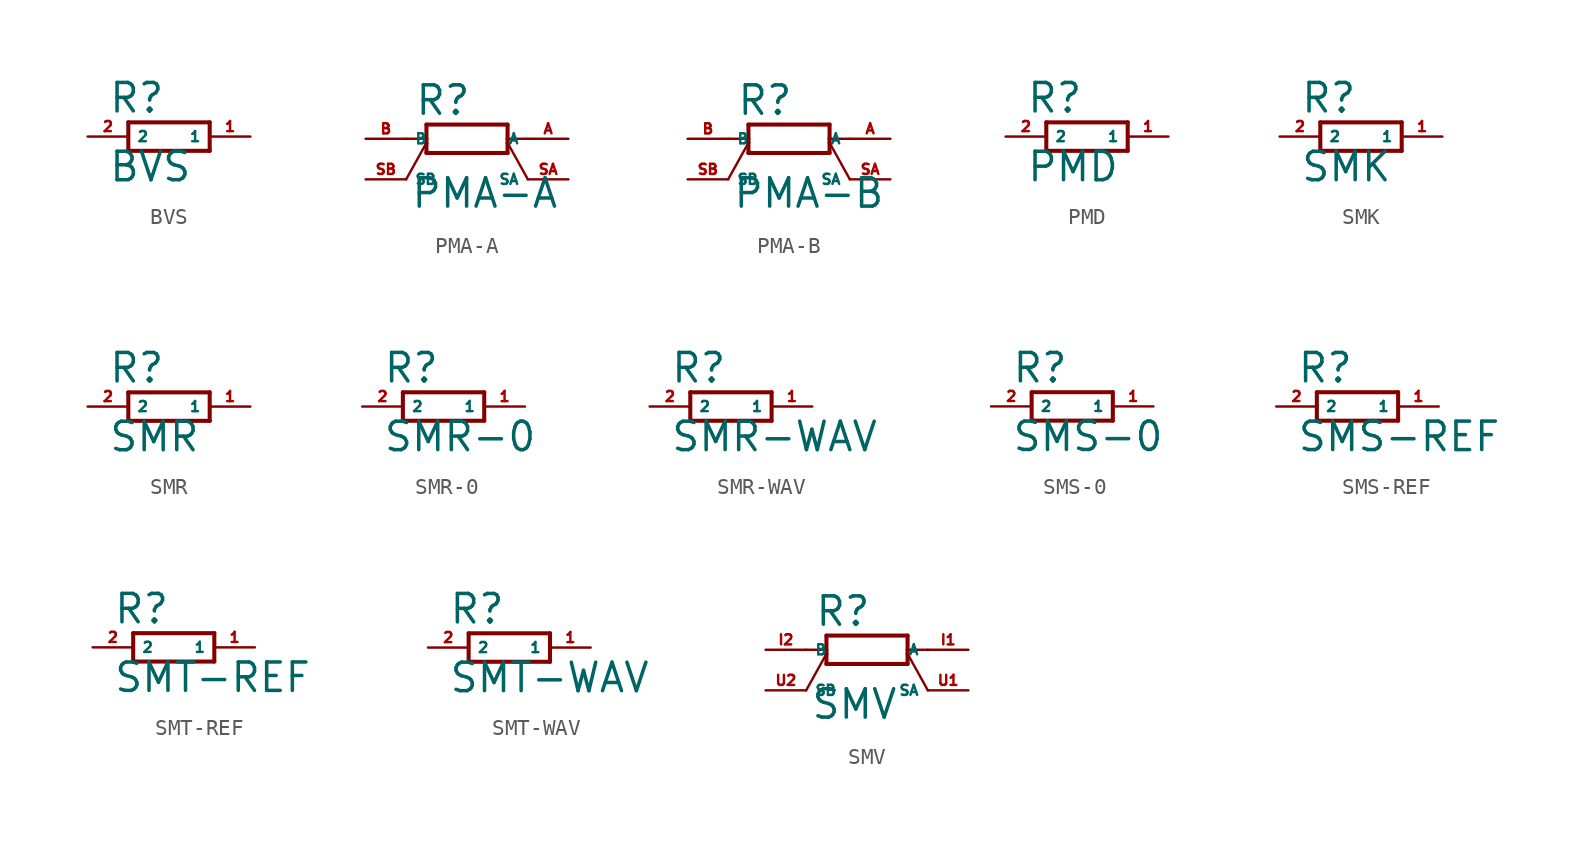
<source format=kicad_sym>
(kicad_symbol_lib
  (version 20220914)
  (generator Eagle2Kicad)
  (symbol "BVS"
    (property "Reference" "R"
      (at -3.81 1.372 0)
      (effects (font (size 1.778 1.778) (thickness 0.22)) (justify left bottom)))
    (property "Value" "BVS"
      (at -3.81 -2.921 0)
      (effects (font (size 1.778 1.778) (thickness 0.22)) (justify left bottom)))
    (polyline
      (pts (xy 2.54 0.889) (xy -2.54 0.889))
      (stroke (width 0.254) (type default))
      (fill (type none)))
    (polyline
      (pts (xy -2.54 -0.889) (xy 2.54 -0.889))
      (stroke (width 0.254) (type default))
      (fill (type none)))
    (polyline
      (pts (xy -2.54 0.889) (xy -2.54 -0.889))
      (stroke (width 0.254) (type default))
      (fill (type none)))
    (polyline
      (pts (xy 2.54 0.889) (xy 2.54 -0.889))
      (stroke (width 0.254) (type default))
      (fill (type none)))
    (pin passive line
      (at -5.08 0 0)
      (length 2.54)
      (name "2" (effects (font (size 0.635 0.635) (thickness 0.08)) (justify left bottom)))
      (number "2" (effects (font (size 0.635 0.635) (thickness 0.08)) (justify left bottom))))
    (pin passive line
      (at 5.08 0 180)
      (length 2.54)
      (name "1" (effects (font (size 0.635 0.635) (thickness 0.08)) (justify left bottom)))
      (number "1" (effects (font (size 0.635 0.635) (thickness 0.08)) (justify left bottom)))))
  (symbol "PMA-A"
    (property "Reference" "R"
      (at -4.572 1.372 0)
      (effects (font (size 1.778 1.778) (thickness 0.22)) (justify left bottom)))
    (property "Value" "PMA-A"
      (at -4.826 -4.445 0)
      (effects (font (size 1.778 1.778) (thickness 0.22)) (justify left bottom)))
    (polyline
      (pts (xy -3.81 -0.889) (xy 1.27 -0.889))
      (stroke (width 0.254) (type default))
      (fill (type none)))
    (polyline
      (pts (xy 1.27 0.889) (xy -3.81 0.889))
      (stroke (width 0.254) (type default))
      (fill (type none)))
    (polyline
      (pts (xy 1.27 -0.889) (xy 1.27 -0.254))
      (stroke (width 0.254) (type default))
      (fill (type none)))
    (polyline
      (pts (xy 1.27 -0.254) (xy 1.27 0))
      (stroke (width 0.254) (type default))
      (fill (type none)))
    (polyline
      (pts (xy 1.27 0) (xy 1.27 0.889))
      (stroke (width 0.254) (type default))
      (fill (type none)))
    (polyline
      (pts (xy -3.81 -0.889) (xy -3.81 -0.254))
      (stroke (width 0.254) (type default))
      (fill (type none)))
    (polyline
      (pts (xy -3.81 -0.254) (xy -3.81 0))
      (stroke (width 0.254) (type default))
      (fill (type none)))
    (polyline
      (pts (xy -3.81 0) (xy -3.81 0.889))
      (stroke (width 0.254) (type default))
      (fill (type none)))
    (polyline
      (pts (xy -5.08 0) (xy -3.81 0))
      (stroke (width 0.152) (type default))
      (fill (type none)))
    (polyline
      (pts (xy 2.54 0) (xy 1.27 0))
      (stroke (width 0.152) (type default))
      (fill (type none)))
    (polyline
      (pts (xy -5.08 -2.54) (xy -3.81 -0.254))
      (stroke (width 0.152) (type default))
      (fill (type none)))
    (polyline
      (pts (xy 2.54 -2.54) (xy 1.27 -0.254))
      (stroke (width 0.152) (type default))
      (fill (type none)))
    (pin passive line
      (at -7.62 -2.54 0)
      (length 2.54)
      (name "SB" (effects (font (size 0.635 0.635) (thickness 0.08)) (justify left bottom)))
      (number "SB" (effects (font (size 0.635 0.635) (thickness 0.08)) (justify left bottom))))
    (pin passive line
      (at 5.08 -2.54 180)
      (length 2.54)
      (name "SA" (effects (font (size 0.635 0.635) (thickness 0.08)) (justify left bottom)))
      (number "SA" (effects (font (size 0.635 0.635) (thickness 0.08)) (justify left bottom))))
    (pin passive line
      (at -7.62 0 0)
      (length 2.54)
      (name "B" (effects (font (size 0.635 0.635) (thickness 0.08)) (justify left bottom)))
      (number "B" (effects (font (size 0.635 0.635) (thickness 0.08)) (justify left bottom))))
    (pin passive line
      (at 5.08 0 180)
      (length 2.54)
      (name "A" (effects (font (size 0.635 0.635) (thickness 0.08)) (justify left bottom)))
      (number "A" (effects (font (size 0.635 0.635) (thickness 0.08)) (justify left bottom)))))
  (symbol "PMA-B"
    (property "Reference" "R"
      (at -4.572 1.372 0)
      (effects (font (size 1.778 1.778) (thickness 0.22)) (justify left bottom)))
    (property "Value" "PMA-B"
      (at -4.826 -4.445 0)
      (effects (font (size 1.778 1.778) (thickness 0.22)) (justify left bottom)))
    (polyline
      (pts (xy -3.81 -0.889) (xy 1.27 -0.889))
      (stroke (width 0.254) (type default))
      (fill (type none)))
    (polyline
      (pts (xy 1.27 0.889) (xy -3.81 0.889))
      (stroke (width 0.254) (type default))
      (fill (type none)))
    (polyline
      (pts (xy 1.27 -0.889) (xy 1.27 -0.254))
      (stroke (width 0.254) (type default))
      (fill (type none)))
    (polyline
      (pts (xy 1.27 -0.254) (xy 1.27 0))
      (stroke (width 0.254) (type default))
      (fill (type none)))
    (polyline
      (pts (xy 1.27 0) (xy 1.27 0.889))
      (stroke (width 0.254) (type default))
      (fill (type none)))
    (polyline
      (pts (xy -3.81 -0.889) (xy -3.81 -0.254))
      (stroke (width 0.254) (type default))
      (fill (type none)))
    (polyline
      (pts (xy -3.81 -0.254) (xy -3.81 0))
      (stroke (width 0.254) (type default))
      (fill (type none)))
    (polyline
      (pts (xy -3.81 0) (xy -3.81 0.889))
      (stroke (width 0.254) (type default))
      (fill (type none)))
    (polyline
      (pts (xy -5.08 0) (xy -3.81 0))
      (stroke (width 0.152) (type default))
      (fill (type none)))
    (polyline
      (pts (xy 2.54 0) (xy 1.27 0))
      (stroke (width 0.152) (type default))
      (fill (type none)))
    (polyline
      (pts (xy -5.08 -2.54) (xy -3.81 -0.254))
      (stroke (width 0.152) (type default))
      (fill (type none)))
    (polyline
      (pts (xy 2.54 -2.54) (xy 1.27 -0.254))
      (stroke (width 0.152) (type default))
      (fill (type none)))
    (pin passive line
      (at -7.62 -2.54 0)
      (length 2.54)
      (name "SB" (effects (font (size 0.635 0.635) (thickness 0.08)) (justify left bottom)))
      (number "SB" (effects (font (size 0.635 0.635) (thickness 0.08)) (justify left bottom))))
    (pin passive line
      (at 5.08 -2.54 180)
      (length 2.54)
      (name "SA" (effects (font (size 0.635 0.635) (thickness 0.08)) (justify left bottom)))
      (number "SA" (effects (font (size 0.635 0.635) (thickness 0.08)) (justify left bottom))))
    (pin passive line
      (at -7.62 0 0)
      (length 2.54)
      (name "B" (effects (font (size 0.635 0.635) (thickness 0.08)) (justify left bottom)))
      (number "B" (effects (font (size 0.635 0.635) (thickness 0.08)) (justify left bottom))))
    (pin passive line
      (at 5.08 0 180)
      (length 2.54)
      (name "A" (effects (font (size 0.635 0.635) (thickness 0.08)) (justify left bottom)))
      (number "A" (effects (font (size 0.635 0.635) (thickness 0.08)) (justify left bottom)))))
  (symbol "PMD"
    (property "Reference" "R"
      (at -3.81 1.372 0)
      (effects (font (size 1.778 1.778) (thickness 0.22)) (justify left bottom)))
    (property "Value" "PMD"
      (at -3.81 -2.921 0)
      (effects (font (size 1.778 1.778) (thickness 0.22)) (justify left bottom)))
    (polyline
      (pts (xy 2.54 0.889) (xy -2.54 0.889))
      (stroke (width 0.254) (type default))
      (fill (type none)))
    (polyline
      (pts (xy -2.54 -0.889) (xy 2.54 -0.889))
      (stroke (width 0.254) (type default))
      (fill (type none)))
    (polyline
      (pts (xy -2.54 0.889) (xy -2.54 -0.889))
      (stroke (width 0.254) (type default))
      (fill (type none)))
    (polyline
      (pts (xy 2.54 0.889) (xy 2.54 -0.889))
      (stroke (width 0.254) (type default))
      (fill (type none)))
    (pin passive line
      (at -5.08 0 0)
      (length 2.54)
      (name "2" (effects (font (size 0.635 0.635) (thickness 0.08)) (justify left bottom)))
      (number "2" (effects (font (size 0.635 0.635) (thickness 0.08)) (justify left bottom))))
    (pin passive line
      (at 5.08 0 180)
      (length 2.54)
      (name "1" (effects (font (size 0.635 0.635) (thickness 0.08)) (justify left bottom)))
      (number "1" (effects (font (size 0.635 0.635) (thickness 0.08)) (justify left bottom)))))
  (symbol "SMK"
    (property "Reference" "R"
      (at -3.81 1.372 0)
      (effects (font (size 1.778 1.778) (thickness 0.22)) (justify left bottom)))
    (property "Value" "SMK"
      (at -3.81 -2.921 0)
      (effects (font (size 1.778 1.778) (thickness 0.22)) (justify left bottom)))
    (polyline
      (pts (xy 2.54 0.889) (xy -2.54 0.889))
      (stroke (width 0.254) (type default))
      (fill (type none)))
    (polyline
      (pts (xy -2.54 -0.889) (xy 2.54 -0.889))
      (stroke (width 0.254) (type default))
      (fill (type none)))
    (polyline
      (pts (xy -2.54 0.889) (xy -2.54 -0.889))
      (stroke (width 0.254) (type default))
      (fill (type none)))
    (polyline
      (pts (xy 2.54 0.889) (xy 2.54 -0.889))
      (stroke (width 0.254) (type default))
      (fill (type none)))
    (pin passive line
      (at -5.08 0 0)
      (length 2.54)
      (name "2" (effects (font (size 0.635 0.635) (thickness 0.08)) (justify left bottom)))
      (number "2" (effects (font (size 0.635 0.635) (thickness 0.08)) (justify left bottom))))
    (pin passive line
      (at 5.08 0 180)
      (length 2.54)
      (name "1" (effects (font (size 0.635 0.635) (thickness 0.08)) (justify left bottom)))
      (number "1" (effects (font (size 0.635 0.635) (thickness 0.08)) (justify left bottom)))))
  (symbol "SMR"
    (property "Reference" "R"
      (at -3.81 1.372 0)
      (effects (font (size 1.778 1.778) (thickness 0.22)) (justify left bottom)))
    (property "Value" "SMR"
      (at -3.81 -2.921 0)
      (effects (font (size 1.778 1.778) (thickness 0.22)) (justify left bottom)))
    (polyline
      (pts (xy 2.54 0.889) (xy -2.54 0.889))
      (stroke (width 0.254) (type default))
      (fill (type none)))
    (polyline
      (pts (xy -2.54 -0.889) (xy 2.54 -0.889))
      (stroke (width 0.254) (type default))
      (fill (type none)))
    (polyline
      (pts (xy -2.54 0.889) (xy -2.54 -0.889))
      (stroke (width 0.254) (type default))
      (fill (type none)))
    (polyline
      (pts (xy 2.54 0.889) (xy 2.54 -0.889))
      (stroke (width 0.254) (type default))
      (fill (type none)))
    (pin passive line
      (at -5.08 0 0)
      (length 2.54)
      (name "2" (effects (font (size 0.635 0.635) (thickness 0.08)) (justify left bottom)))
      (number "2" (effects (font (size 0.635 0.635) (thickness 0.08)) (justify left bottom))))
    (pin passive line
      (at 5.08 0 180)
      (length 2.54)
      (name "1" (effects (font (size 0.635 0.635) (thickness 0.08)) (justify left bottom)))
      (number "1" (effects (font (size 0.635 0.635) (thickness 0.08)) (justify left bottom)))))
  (symbol "SMR-0"
    (property "Reference" "R"
      (at -3.81 1.372 0)
      (effects (font (size 1.778 1.778) (thickness 0.22)) (justify left bottom)))
    (property "Value" "SMR-0"
      (at -3.81 -2.921 0)
      (effects (font (size 1.778 1.778) (thickness 0.22)) (justify left bottom)))
    (polyline
      (pts (xy 2.54 0.889) (xy -2.54 0.889))
      (stroke (width 0.254) (type default))
      (fill (type none)))
    (polyline
      (pts (xy -2.54 -0.889) (xy 2.54 -0.889))
      (stroke (width 0.254) (type default))
      (fill (type none)))
    (polyline
      (pts (xy -2.54 0.889) (xy -2.54 -0.889))
      (stroke (width 0.254) (type default))
      (fill (type none)))
    (polyline
      (pts (xy 2.54 0.889) (xy 2.54 -0.889))
      (stroke (width 0.254) (type default))
      (fill (type none)))
    (pin passive line
      (at -5.08 0 0)
      (length 2.54)
      (name "2" (effects (font (size 0.635 0.635) (thickness 0.08)) (justify left bottom)))
      (number "2" (effects (font (size 0.635 0.635) (thickness 0.08)) (justify left bottom))))
    (pin passive line
      (at 5.08 0 180)
      (length 2.54)
      (name "1" (effects (font (size 0.635 0.635) (thickness 0.08)) (justify left bottom)))
      (number "1" (effects (font (size 0.635 0.635) (thickness 0.08)) (justify left bottom)))))
  (symbol "SMR-WAV"
    (property "Reference" "R"
      (at -3.81 1.372 0)
      (effects (font (size 1.778 1.778) (thickness 0.22)) (justify left bottom)))
    (property "Value" "SMR-WAV"
      (at -3.81 -2.921 0)
      (effects (font (size 1.778 1.778) (thickness 0.22)) (justify left bottom)))
    (polyline
      (pts (xy 2.54 0.889) (xy -2.54 0.889))
      (stroke (width 0.254) (type default))
      (fill (type none)))
    (polyline
      (pts (xy -2.54 -0.889) (xy 2.54 -0.889))
      (stroke (width 0.254) (type default))
      (fill (type none)))
    (polyline
      (pts (xy -2.54 0.889) (xy -2.54 -0.889))
      (stroke (width 0.254) (type default))
      (fill (type none)))
    (polyline
      (pts (xy 2.54 0.889) (xy 2.54 -0.889))
      (stroke (width 0.254) (type default))
      (fill (type none)))
    (pin passive line
      (at -5.08 0 0)
      (length 2.54)
      (name "2" (effects (font (size 0.635 0.635) (thickness 0.08)) (justify left bottom)))
      (number "2" (effects (font (size 0.635 0.635) (thickness 0.08)) (justify left bottom))))
    (pin passive line
      (at 5.08 0 180)
      (length 2.54)
      (name "1" (effects (font (size 0.635 0.635) (thickness 0.08)) (justify left bottom)))
      (number "1" (effects (font (size 0.635 0.635) (thickness 0.08)) (justify left bottom)))))
  (symbol "SMS-0"
    (property "Reference" "R"
      (at -3.81 1.372 0)
      (effects (font (size 1.778 1.778) (thickness 0.22)) (justify left bottom)))
    (property "Value" "SMS-0"
      (at -3.81 -2.921 0)
      (effects (font (size 1.778 1.778) (thickness 0.22)) (justify left bottom)))
    (polyline
      (pts (xy 2.54 0.889) (xy -2.54 0.889))
      (stroke (width 0.254) (type default))
      (fill (type none)))
    (polyline
      (pts (xy -2.54 -0.889) (xy 2.54 -0.889))
      (stroke (width 0.254) (type default))
      (fill (type none)))
    (polyline
      (pts (xy -2.54 0.889) (xy -2.54 -0.889))
      (stroke (width 0.254) (type default))
      (fill (type none)))
    (polyline
      (pts (xy 2.54 0.889) (xy 2.54 -0.889))
      (stroke (width 0.254) (type default))
      (fill (type none)))
    (pin passive line
      (at -5.08 0 0)
      (length 2.54)
      (name "2" (effects (font (size 0.635 0.635) (thickness 0.08)) (justify left bottom)))
      (number "2" (effects (font (size 0.635 0.635) (thickness 0.08)) (justify left bottom))))
    (pin passive line
      (at 5.08 0 180)
      (length 2.54)
      (name "1" (effects (font (size 0.635 0.635) (thickness 0.08)) (justify left bottom)))
      (number "1" (effects (font (size 0.635 0.635) (thickness 0.08)) (justify left bottom)))))
  (symbol "SMS-REF"
    (property "Reference" "R"
      (at -3.81 1.372 0)
      (effects (font (size 1.778 1.778) (thickness 0.22)) (justify left bottom)))
    (property "Value" "SMS-REF"
      (at -3.81 -2.921 0)
      (effects (font (size 1.778 1.778) (thickness 0.22)) (justify left bottom)))
    (polyline
      (pts (xy 2.54 0.889) (xy -2.54 0.889))
      (stroke (width 0.254) (type default))
      (fill (type none)))
    (polyline
      (pts (xy -2.54 -0.889) (xy 2.54 -0.889))
      (stroke (width 0.254) (type default))
      (fill (type none)))
    (polyline
      (pts (xy -2.54 0.889) (xy -2.54 -0.889))
      (stroke (width 0.254) (type default))
      (fill (type none)))
    (polyline
      (pts (xy 2.54 0.889) (xy 2.54 -0.889))
      (stroke (width 0.254) (type default))
      (fill (type none)))
    (pin passive line
      (at -5.08 0 0)
      (length 2.54)
      (name "2" (effects (font (size 0.635 0.635) (thickness 0.08)) (justify left bottom)))
      (number "2" (effects (font (size 0.635 0.635) (thickness 0.08)) (justify left bottom))))
    (pin passive line
      (at 5.08 0 180)
      (length 2.54)
      (name "1" (effects (font (size 0.635 0.635) (thickness 0.08)) (justify left bottom)))
      (number "1" (effects (font (size 0.635 0.635) (thickness 0.08)) (justify left bottom)))))
  (symbol "SMT-REF"
    (property "Reference" "R"
      (at -3.81 1.372 0)
      (effects (font (size 1.778 1.778) (thickness 0.22)) (justify left bottom)))
    (property "Value" "SMT-REF"
      (at -3.81 -2.921 0)
      (effects (font (size 1.778 1.778) (thickness 0.22)) (justify left bottom)))
    (polyline
      (pts (xy 2.54 0.889) (xy -2.54 0.889))
      (stroke (width 0.254) (type default))
      (fill (type none)))
    (polyline
      (pts (xy -2.54 -0.889) (xy 2.54 -0.889))
      (stroke (width 0.254) (type default))
      (fill (type none)))
    (polyline
      (pts (xy -2.54 0.889) (xy -2.54 -0.889))
      (stroke (width 0.254) (type default))
      (fill (type none)))
    (polyline
      (pts (xy 2.54 0.889) (xy 2.54 -0.889))
      (stroke (width 0.254) (type default))
      (fill (type none)))
    (pin passive line
      (at -5.08 0 0)
      (length 2.54)
      (name "2" (effects (font (size 0.635 0.635) (thickness 0.08)) (justify left bottom)))
      (number "2" (effects (font (size 0.635 0.635) (thickness 0.08)) (justify left bottom))))
    (pin passive line
      (at 5.08 0 180)
      (length 2.54)
      (name "1" (effects (font (size 0.635 0.635) (thickness 0.08)) (justify left bottom)))
      (number "1" (effects (font (size 0.635 0.635) (thickness 0.08)) (justify left bottom)))))
  (symbol "SMT-WAV"
    (property "Reference" "R"
      (at -3.81 1.372 0)
      (effects (font (size 1.778 1.778) (thickness 0.22)) (justify left bottom)))
    (property "Value" "SMT-WAV"
      (at -3.81 -2.921 0)
      (effects (font (size 1.778 1.778) (thickness 0.22)) (justify left bottom)))
    (polyline
      (pts (xy 2.54 0.889) (xy -2.54 0.889))
      (stroke (width 0.254) (type default))
      (fill (type none)))
    (polyline
      (pts (xy -2.54 -0.889) (xy 2.54 -0.889))
      (stroke (width 0.254) (type default))
      (fill (type none)))
    (polyline
      (pts (xy -2.54 0.889) (xy -2.54 -0.889))
      (stroke (width 0.254) (type default))
      (fill (type none)))
    (polyline
      (pts (xy 2.54 0.889) (xy 2.54 -0.889))
      (stroke (width 0.254) (type default))
      (fill (type none)))
    (pin passive line
      (at -5.08 0 0)
      (length 2.54)
      (name "2" (effects (font (size 0.635 0.635) (thickness 0.08)) (justify left bottom)))
      (number "2" (effects (font (size 0.635 0.635) (thickness 0.08)) (justify left bottom))))
    (pin passive line
      (at 5.08 0 180)
      (length 2.54)
      (name "1" (effects (font (size 0.635 0.635) (thickness 0.08)) (justify left bottom)))
      (number "1" (effects (font (size 0.635 0.635) (thickness 0.08)) (justify left bottom)))))
  (symbol "SMV"
    (property "Reference" "R"
      (at -4.572 1.372 0)
      (effects (font (size 1.778 1.778) (thickness 0.22)) (justify left bottom)))
    (property "Value" "SMV"
      (at -4.826 -4.445 0)
      (effects (font (size 1.778 1.778) (thickness 0.22)) (justify left bottom)))
    (polyline
      (pts (xy -3.81 -0.889) (xy 1.27 -0.889))
      (stroke (width 0.254) (type default))
      (fill (type none)))
    (polyline
      (pts (xy 1.27 0.889) (xy -3.81 0.889))
      (stroke (width 0.254) (type default))
      (fill (type none)))
    (polyline
      (pts (xy 1.27 -0.889) (xy 1.27 -0.254))
      (stroke (width 0.254) (type default))
      (fill (type none)))
    (polyline
      (pts (xy 1.27 -0.254) (xy 1.27 0))
      (stroke (width 0.254) (type default))
      (fill (type none)))
    (polyline
      (pts (xy 1.27 0) (xy 1.27 0.889))
      (stroke (width 0.254) (type default))
      (fill (type none)))
    (polyline
      (pts (xy -3.81 -0.889) (xy -3.81 -0.254))
      (stroke (width 0.254) (type default))
      (fill (type none)))
    (polyline
      (pts (xy -3.81 -0.254) (xy -3.81 0))
      (stroke (width 0.254) (type default))
      (fill (type none)))
    (polyline
      (pts (xy -3.81 0) (xy -3.81 0.889))
      (stroke (width 0.254) (type default))
      (fill (type none)))
    (polyline
      (pts (xy -5.08 0) (xy -3.81 0))
      (stroke (width 0.152) (type default))
      (fill (type none)))
    (polyline
      (pts (xy 2.54 0) (xy 1.27 0))
      (stroke (width 0.152) (type default))
      (fill (type none)))
    (polyline
      (pts (xy -5.08 -2.54) (xy -3.81 -0.254))
      (stroke (width 0.152) (type default))
      (fill (type none)))
    (polyline
      (pts (xy 2.54 -2.54) (xy 1.27 -0.254))
      (stroke (width 0.152) (type default))
      (fill (type none)))
    (pin passive line
      (at -7.62 -2.54 0)
      (length 2.54)
      (name "SB" (effects (font (size 0.635 0.635) (thickness 0.08)) (justify left bottom)))
      (number "U2" (effects (font (size 0.635 0.635) (thickness 0.08)) (justify left bottom))))
    (pin passive line
      (at 5.08 -2.54 180)
      (length 2.54)
      (name "SA" (effects (font (size 0.635 0.635) (thickness 0.08)) (justify left bottom)))
      (number "U1" (effects (font (size 0.635 0.635) (thickness 0.08)) (justify left bottom))))
    (pin passive line
      (at -7.62 0 0)
      (length 2.54)
      (name "B" (effects (font (size 0.635 0.635) (thickness 0.08)) (justify left bottom)))
      (number "I2" (effects (font (size 0.635 0.635) (thickness 0.08)) (justify left bottom))))
    (pin passive line
      (at 5.08 0 180)
      (length 2.54)
      (name "A" (effects (font (size 0.635 0.635) (thickness 0.08)) (justify left bottom)))
      (number "I1" (effects (font (size 0.635 0.635) (thickness 0.08)) (justify left bottom))))))
</source>
